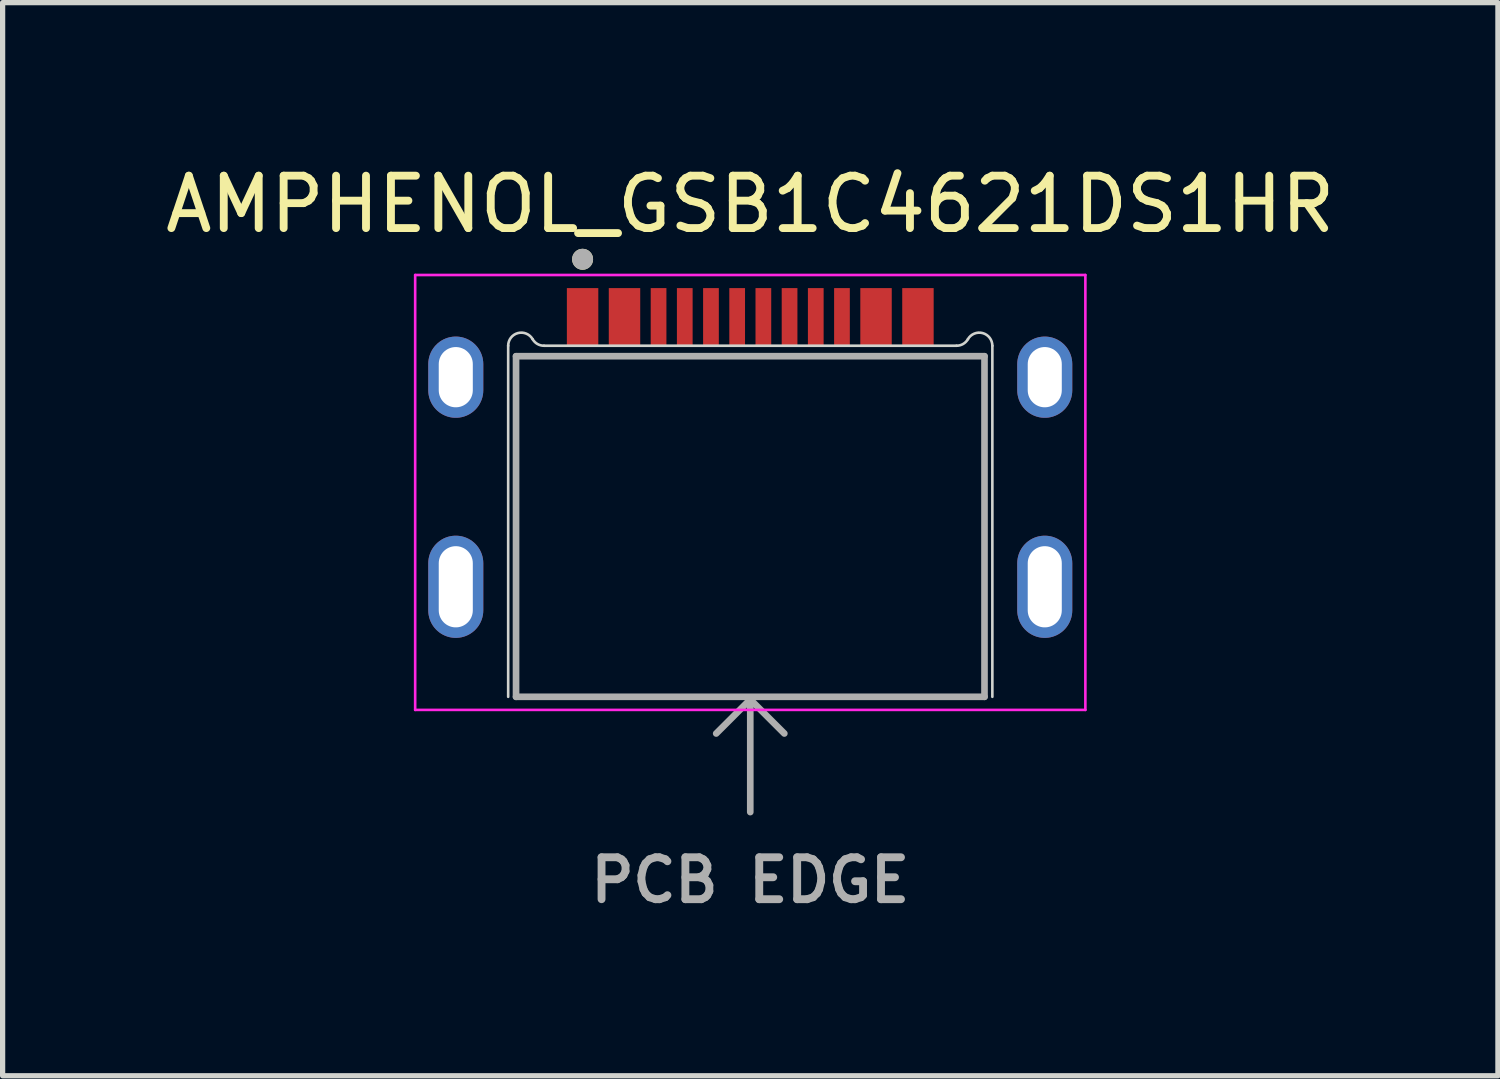
<source format=kicad_pcb>
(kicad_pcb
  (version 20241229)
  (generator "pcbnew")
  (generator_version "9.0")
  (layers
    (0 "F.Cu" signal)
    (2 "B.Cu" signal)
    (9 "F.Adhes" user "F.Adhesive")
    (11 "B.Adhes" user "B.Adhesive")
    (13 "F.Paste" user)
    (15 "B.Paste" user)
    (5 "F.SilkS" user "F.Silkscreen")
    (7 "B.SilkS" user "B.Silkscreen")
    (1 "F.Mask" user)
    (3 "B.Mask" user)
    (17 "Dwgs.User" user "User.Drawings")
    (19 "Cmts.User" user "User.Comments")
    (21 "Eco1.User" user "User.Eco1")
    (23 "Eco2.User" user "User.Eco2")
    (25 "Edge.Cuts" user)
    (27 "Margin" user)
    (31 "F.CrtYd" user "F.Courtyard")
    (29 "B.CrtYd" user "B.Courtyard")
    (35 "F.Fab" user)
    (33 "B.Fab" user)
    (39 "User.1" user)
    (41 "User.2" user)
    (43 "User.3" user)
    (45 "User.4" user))
  (footprint "AMPHENOL_GSB1C4621DS1HR"
    (layer "F.Cu")
    (at 11.268 8.148)
    (property "Reference" "AMPHENOL_GSB1C4621DS1HR" (at 0 -7.3 0) (layer "F.SilkS") (effects (font (size 1 1) (thickness 0.15))))
    (attr smd)
    (fp_poly (pts (xy -3.55 -5.75) (xy -2.85 -5.75) (xy -2.85 -4.55) (xy -3.55 -4.55)) (stroke (width 0.01) (type solid)) (fill yes) (layer "F.Mask"))
    (fp_poly (pts (xy -2.75 -5.75) (xy -2.05 -5.75) (xy -2.05 -4.55) (xy -2.75 -4.55)) (stroke (width 0.01) (type solid)) (fill yes) (layer "F.Mask"))
    (fp_poly (pts (xy -1.95 -5.75) (xy -1.55 -5.75) (xy -1.55 -4.55) (xy -1.95 -4.55)) (stroke (width 0.01) (type solid)) (fill yes) (layer "F.Mask"))
    (fp_poly (pts (xy -1.45 -5.75) (xy -1.05 -5.75) (xy -1.05 -4.55) (xy -1.45 -4.55)) (stroke (width 0.01) (type solid)) (fill yes) (layer "F.Mask"))
    (fp_poly (pts (xy -0.95 -5.75) (xy -0.55 -5.75) (xy -0.55 -4.55) (xy -0.95 -4.55)) (stroke (width 0.01) (type solid)) (fill yes) (layer "F.Mask"))
    (fp_poly (pts (xy -0.45 -5.75) (xy -0.05 -5.75) (xy -0.05 -4.55) (xy -0.45 -4.55)) (stroke (width 0.01) (type solid)) (fill yes) (layer "F.Mask"))
    (fp_poly (pts (xy 0.05 -5.75) (xy 0.45 -5.75) (xy 0.45 -4.55) (xy 0.05 -4.55)) (stroke (width 0.01) (type solid)) (fill yes) (layer "F.Mask"))
    (fp_poly (pts (xy 0.55 -5.75) (xy 0.95 -5.75) (xy 0.95 -4.55) (xy 0.55 -4.55)) (stroke (width 0.01) (type solid)) (fill yes) (layer "F.Mask"))
    (fp_poly (pts (xy 1.05 -5.75) (xy 1.45 -5.75) (xy 1.45 -4.55) (xy 1.05 -4.55)) (stroke (width 0.01) (type solid)) (fill yes) (layer "F.Mask"))
    (fp_poly (pts (xy 1.55 -5.75) (xy 1.95 -5.75) (xy 1.95 -4.55) (xy 1.55 -4.55)) (stroke (width 0.01) (type solid)) (fill yes) (layer "F.Mask"))
    (fp_poly (pts (xy 2.05 -5.75) (xy 2.75 -5.75) (xy 2.75 -4.55) (xy 2.05 -4.55)) (stroke (width 0.01) (type solid)) (fill yes) (layer "F.Mask"))
    (fp_poly (pts (xy 2.85 -5.75) (xy 3.55 -5.75) (xy 3.55 -4.55) (xy 2.85 -4.55)) (stroke (width 0.01) (type solid)) (fill yes) (layer "F.Mask"))
    (fp_circle (center -3.2 -6.25) (end -3.1 -6.25) (stroke (width 0.2) (type solid)) (fill no) (layer "F.SilkS"))
    (fp_line (start -4.62 -4.6) (end -4.62 2.1) (stroke (width 0.05) (type solid)) (layer "Edge.Cuts"))
    (fp_line (start 3.937 -4.6) (end -3.937 -4.6) (stroke (width 0.05) (type solid)) (layer "Edge.Cuts"))
    (fp_line (start 4.62 2.1) (end 4.62 -4.6) (stroke (width 0.05) (type solid)) (layer "Edge.Cuts"))
    (fp_arc (start -4.62 -4.6) (mid -4.434708 -4.841478) (end -4.1535 -4.725) (stroke (width 0.05) (type solid)) (layer "Edge.Cuts"))
    (fp_arc (start -3.937 -4.6) (mid -4.061996 -4.633495) (end -4.1535 -4.725) (stroke (width 0.05) (type solid)) (layer "Edge.Cuts"))
    (fp_arc (start 4.1535 -4.725) (mid 4.061997 -4.633495) (end 3.937 -4.6) (stroke (width 0.05) (type solid)) (layer "Edge.Cuts"))
    (fp_arc (start 4.1535 -4.725) (mid 4.434707 -4.841477) (end 4.62 -4.6) (stroke (width 0.05) (type solid)) (layer "Edge.Cuts"))
    (fp_line (start -6.395 -5.95) (end 6.395 -5.95) (stroke (width 0.05) (type solid)) (layer "F.CrtYd"))
    (fp_line (start -6.395 2.35) (end -6.395 -5.95) (stroke (width 0.05) (type solid)) (layer "F.CrtYd"))
    (fp_line (start 6.395 -5.95) (end 6.395 2.35) (stroke (width 0.05) (type solid)) (layer "F.CrtYd"))
    (fp_line (start 6.395 2.35) (end -6.395 2.35) (stroke (width 0.05) (type solid)) (layer "F.CrtYd"))
    (fp_line (start -4.47 -4.4) (end 4.47 -4.4) (stroke (width 0.127) (type solid)) (layer "F.Fab"))
    (fp_line (start -4.47 2.1) (end -4.47 -4.4) (stroke (width 0.127) (type solid)) (layer "F.Fab"))
    (fp_line (start -4.47 2.1) (end 4.47 2.1) (stroke (width 0.127) (type solid)) (layer "F.Fab"))
    (fp_line (start 0 2.15) (end -0.65 2.8) (stroke (width 0.127) (type solid)) (layer "F.Fab"))
    (fp_line (start 0 2.15) (end 0.65 2.8) (stroke (width 0.127) (type solid)) (layer "F.Fab"))
    (fp_line (start 0 4.3) (end 0 2.15) (stroke (width 0.127) (type solid)) (layer "F.Fab"))
    (fp_line (start 4.47 -4.4) (end 4.47 2.1) (stroke (width 0.127) (type solid)) (layer "F.Fab"))
    (fp_circle (center -3.2 -6.25) (end -3.1 -6.25) (stroke (width 0.2) (type solid)) (fill no) (layer "F.Fab"))
    (fp_text user "PCB EDGE" (at 0 5.6 0) (layer "F.Fab") (effects (font (size 0.8 0.8) (thickness 0.15))))
    (pad "A1_B12" smd rect (at -3.2 -5.15) (size 0.6 1.1) (layers "F.Cu" "F.Paste"))
    (pad "A4_B9" smd rect (at -2.4 -5.15) (size 0.6 1.1) (layers "F.Cu" "F.Paste"))
    (pad "A5" smd rect (at -1.25 -5.15) (size 0.3 1.1) (layers "F.Cu" "F.Paste"))
    (pad "A6" smd rect (at -0.25 -5.15) (size 0.3 1.1) (layers "F.Cu" "F.Paste"))
    (pad "A7" smd rect (at 0.25 -5.15) (size 0.3 1.1) (layers "F.Cu" "F.Paste"))
    (pad "A8" smd rect (at 1.25 -5.15) (size 0.3 1.1) (layers "F.Cu" "F.Paste"))
    (pad "B1_A12" smd rect (at 3.2 -5.15) (size 0.6 1.1) (layers "F.Cu" "F.Paste"))
    (pad "B4_A9" smd rect (at 2.4 -5.15) (size 0.6 1.1) (layers "F.Cu" "F.Paste"))
    (pad "B5" smd rect (at 1.75 -5.15) (size 0.3 1.1) (layers "F.Cu" "F.Paste"))
    (pad "B6" smd rect (at 0.75 -5.15) (size 0.3 1.1) (layers "F.Cu" "F.Paste"))
    (pad "B7" smd rect (at -0.75 -5.15) (size 0.3 1.1) (layers "F.Cu" "F.Paste"))
    (pad "B8" smd rect (at -1.75 -5.15) (size 0.3 1.1) (layers "F.Cu" "F.Paste"))
    (pad "SH1" thru_hole oval (at -5.62 -4) (size 1.05 1.55) (drill oval 0.65 1.15) (layers "*.Cu" "*.Mask"))
    (pad "SH2" thru_hole oval (at 5.62 -4) (size 1.05 1.55) (drill oval 0.65 1.15) (layers "*.Cu" "*.Mask"))
    (pad "SH3" thru_hole oval (at -5.62 0) (size 1.05 1.95) (drill oval 0.65 1.55) (layers "*.Cu" "*.Mask"))
    (pad "SH4" thru_hole oval (at 5.62 0) (size 1.05 1.95) (drill oval 0.65 1.55) (layers "*.Cu" "*.Mask")))
  (gr_rect
    (start -3 -3)
    (end 25.536 17.48)
    (stroke (width 0.1) (type default))
    (fill no)
    (layer "Edge.Cuts")))
</source>
